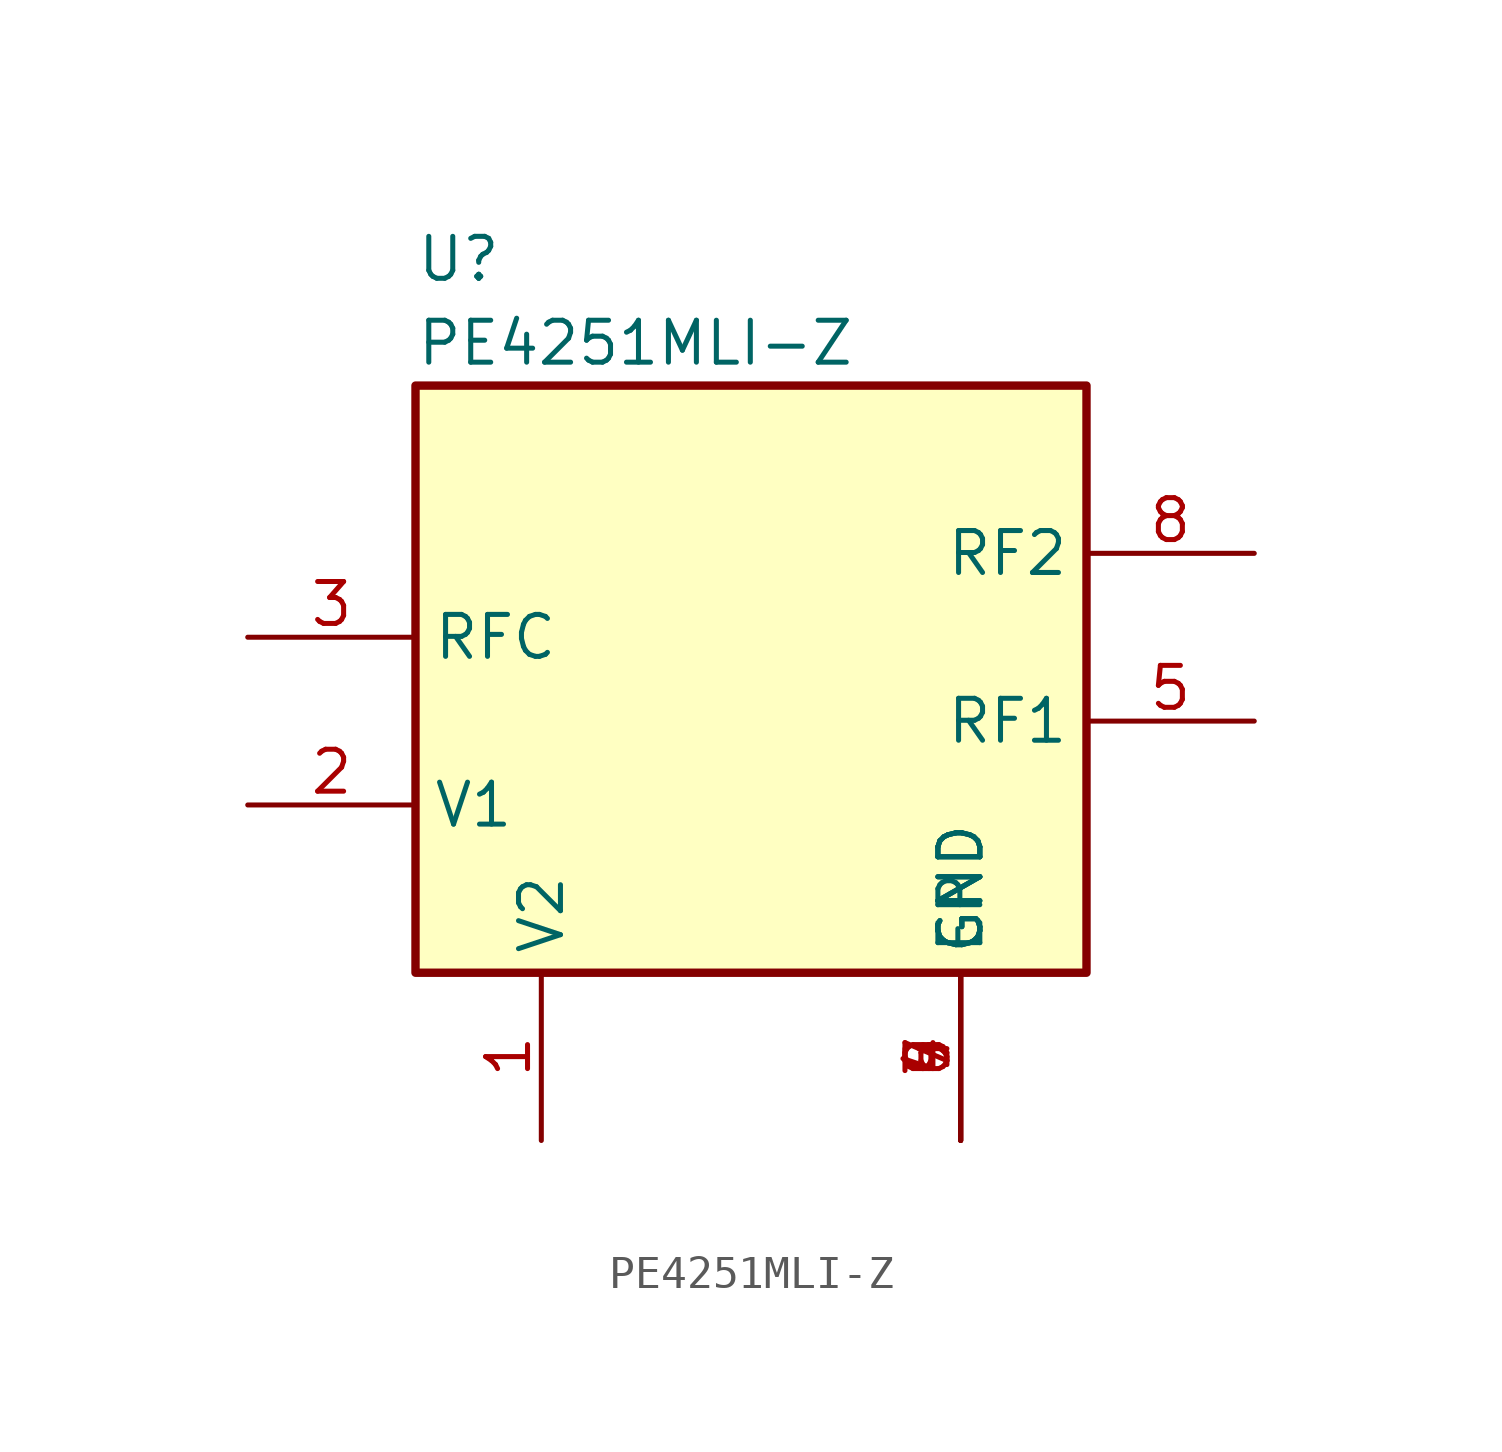
<source format=kicad_sym>
(kicad_symbol_lib
  (version 20231120)
  (generator "kicad_symbol_editor")
  (generator_version "8.0")
  (symbol "PE4251MLI-Z"
    (property "Reference" "U"
      (at 5.08 7.112 0)
      (effects (font (size 1.27 1.27)) (justify left top)))
    (property "Value" "PE4251MLI-Z"
      (at 5.08 4.572 0)
      (effects (font (size 1.27 1.27)) (justify left top)))
    (symbol "PE4251MLI-Z_1_1"
      (rectangle (start 5.08 2.54) (end 25.4 -15.24) (stroke (width 0.254) (type default)) (fill (type background)))
      (pin passive line (at 8.89 -20.32 90) (length 5.08) (name "V2" (effects (font (size 1.27 1.27)))) (number "1" (effects (font (size 1.27 1.27)))))
      (pin passive line (at 0 -10.16 0) (length 5.08) (name "V1" (effects (font (size 1.27 1.27)))) (number "2" (effects (font (size 1.27 1.27)))))
      (pin passive line (at 0 -5.08 0) (length 5.08) (name "RFC" (effects (font (size 1.27 1.27)))) (number "3" (effects (font (size 1.27 1.27)))))
      (pin passive line (at 21.59 -20.32 90) (length 5.08) (name "GND" (effects (font (size 1.27 1.27)))) (number "4" (effects (font (size 1.27 1.27)))))
      (pin passive line (at 30.48 -7.62 180) (length 5.08) (name "RF1" (effects (font (size 1.27 1.27)))) (number "5" (effects (font (size 1.27 1.27)))))
      (pin passive line (at 21.59 -20.32 90) (length 5.08) (name "GND" (effects (font (size 1.27 1.27)))) (number "6" (effects (font (size 1.27 1.27)))))
      (pin passive line (at 21.59 -20.32 90) (length 5.08) (name "GND" (effects (font (size 1.27 1.27)))) (number "7" (effects (font (size 1.27 1.27)))))
      (pin passive line (at 30.48 -2.54 180) (length 5.08) (name "RF2" (effects (font (size 1.27 1.27)))) (number "8" (effects (font (size 1.27 1.27)))))
      (pin passive line (at 21.59 -20.32 90) (length 5.08) (name "EP" (effects (font (size 1.27 1.27)))) (number "9" (effects (font (size 1.27 1.27))))))))
</source>
